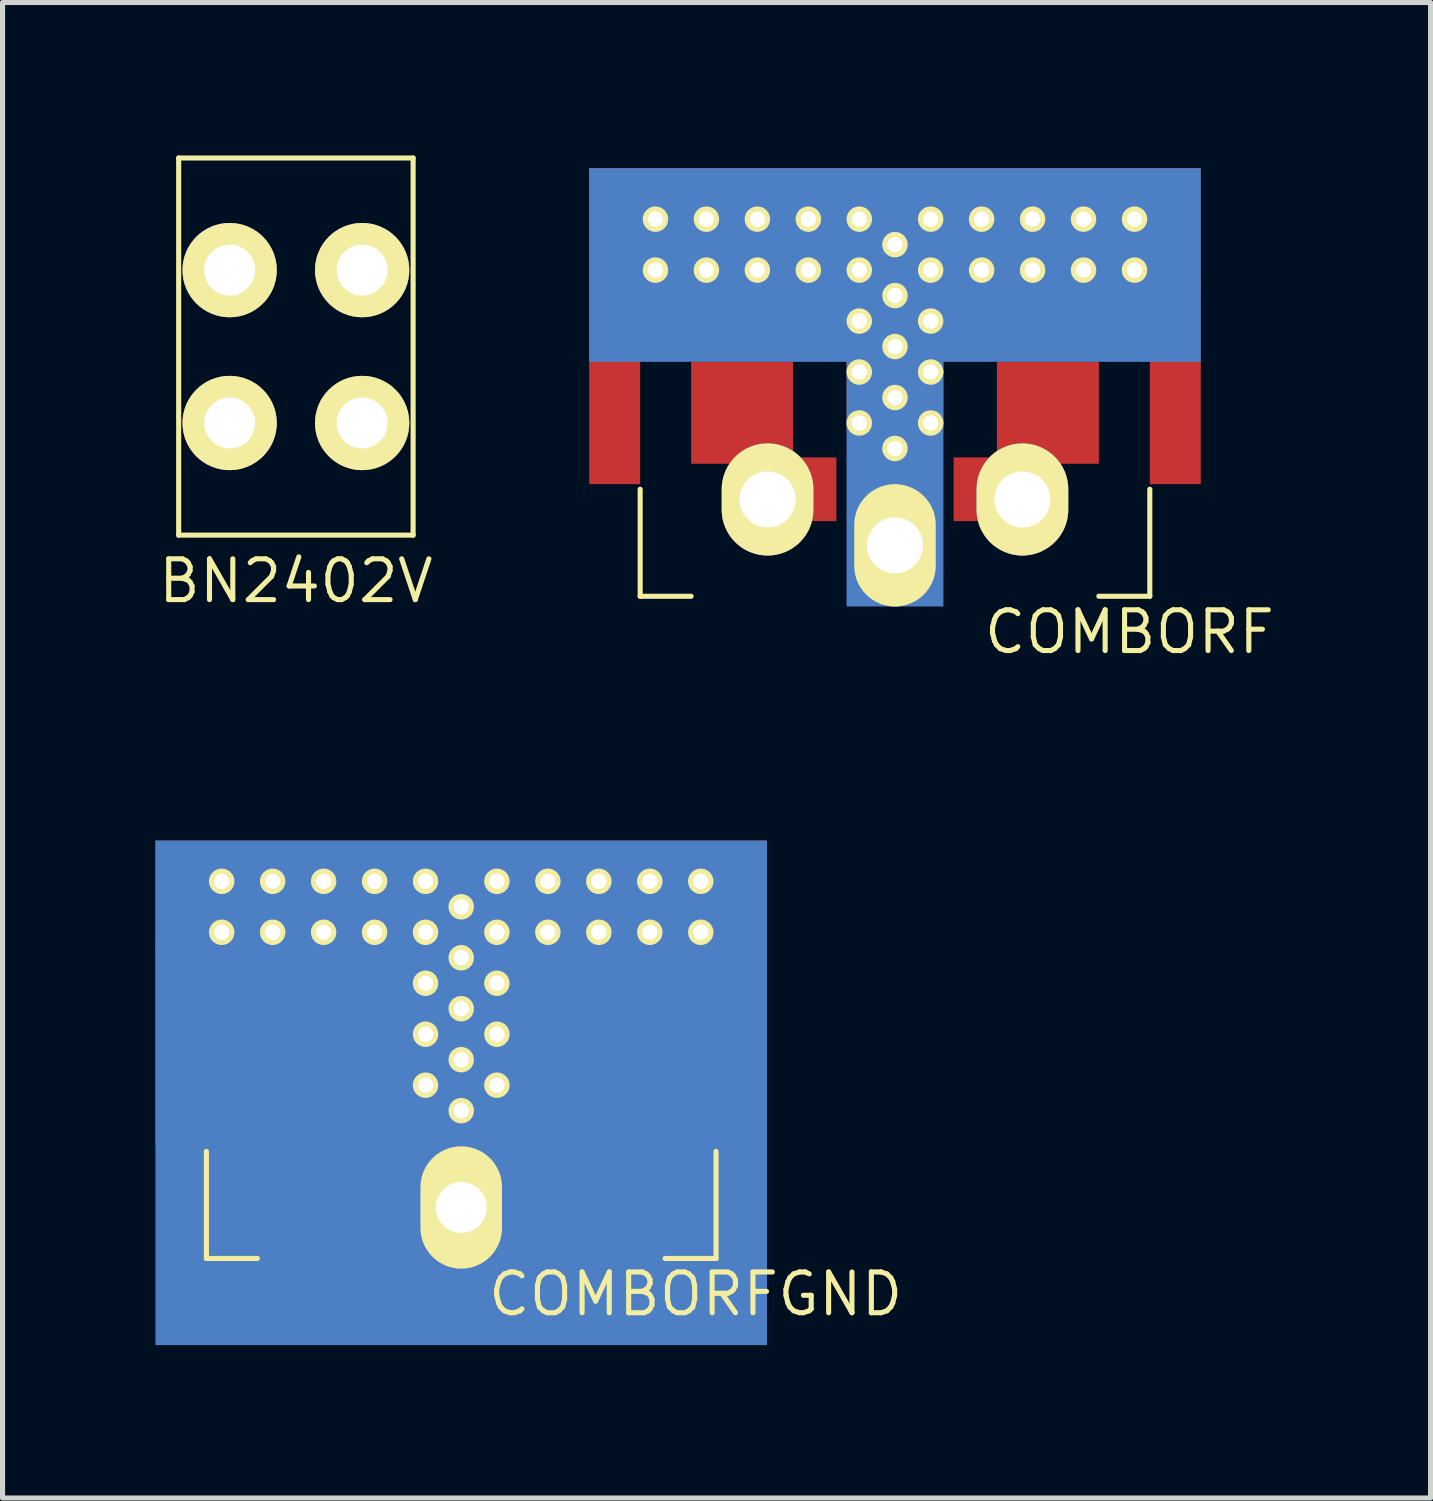
<source format=kicad_pcb>
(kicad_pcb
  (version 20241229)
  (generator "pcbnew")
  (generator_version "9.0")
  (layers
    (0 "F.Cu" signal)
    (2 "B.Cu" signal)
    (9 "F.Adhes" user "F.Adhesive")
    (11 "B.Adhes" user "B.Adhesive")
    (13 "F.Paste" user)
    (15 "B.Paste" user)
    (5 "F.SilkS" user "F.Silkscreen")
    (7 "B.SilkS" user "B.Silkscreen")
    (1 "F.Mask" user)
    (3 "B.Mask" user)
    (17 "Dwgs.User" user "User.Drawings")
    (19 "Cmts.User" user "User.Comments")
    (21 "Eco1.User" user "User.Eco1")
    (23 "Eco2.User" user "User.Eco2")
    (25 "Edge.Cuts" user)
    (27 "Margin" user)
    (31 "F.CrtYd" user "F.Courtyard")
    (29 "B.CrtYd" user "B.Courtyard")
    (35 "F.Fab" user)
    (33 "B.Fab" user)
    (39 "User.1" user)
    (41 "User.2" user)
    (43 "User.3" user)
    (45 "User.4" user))
  (footprint "BN2402V"
    (layer "F.Cu")
    (at 2.756 3.75)
    (property "Reference" "BN2402V" (at 0 4.6 0) (layer "F.SilkS") (effects (font (size 0.8 0.8) (thickness 0.1))))
    (attr through_hole)
    (fp_line (start -2.3 -3.7) (end -2.3 3.7) (stroke (width 0.1) (type solid)) (layer "F.SilkS"))
    (fp_line (start -2.3 3.7) (end 2.3 3.7) (stroke (width 0.1) (type solid)) (layer "F.SilkS"))
    (fp_line (start 2.3 -3.7) (end -2.3 -3.7) (stroke (width 0.1) (type solid)) (layer "F.SilkS"))
    (fp_line (start 2.3 3.7) (end 2.3 -3.7) (stroke (width 0.1) (type solid)) (layer "F.SilkS"))
    (pad "1" thru_hole circle (at -1.3 -1.5) (size 1.85 1.85) (drill 1) (layers "*.Cu" "*.Mask" "F.SilkS"))
    (pad "2" thru_hole circle (at -1.3 1.5) (size 1.85 1.85) (drill 1) (layers "*.Cu" "*.Mask" "F.SilkS"))
    (pad "3" thru_hole circle (at 1.3 1.5) (size 1.85 1.85) (drill 1) (layers "*.Cu" "*.Mask" "F.SilkS"))
    (pad "4" thru_hole circle (at 1.3 -1.5) (size 1.85 1.85) (drill 1) (layers "*.Cu" "*.Mask" "F.SilkS")))
  (footprint "COMBORFGND"
    (layer "F.Cu")
    (at 6 13.243)
    (property "Reference" "COMBORFGND" (at 4.6 9.1 0) (layer "F.SilkS") (effects (font (size 0.8 0.8) (thickness 0.1))))
    (attr through_hole)
    (fp_line (start -5 8.4) (end -5 6.3) (stroke (width 0.1) (type solid)) (layer "F.SilkS"))
    (fp_line (start -5 8.4) (end -4 8.4) (stroke (width 0.1) (type solid)) (layer "F.SilkS"))
    (fp_line (start 4 8.4) (end 5 8.4) (stroke (width 0.1) (type solid)) (layer "F.SilkS"))
    (fp_line (start 5 8.4) (end 5 6.3) (stroke (width 0.1) (type solid)) (layer "F.SilkS"))
    (pad "1" smd rect (at -3 6.2 180) (size 2 4.8) (layers "F.Cu" "F.Mask" "F.Paste"))
    (pad "1" smd rect (at -1.6 6.3) (size 0.9 1.25) (layers "F.Cu" "F.Mask" "F.Paste"))
    (pad "2" smd rect (at -5.5 4.2 180) (size 1 4) (layers "F.Cu" "F.Mask" "F.Paste"))
    (pad "2" thru_hole circle (at -4.7 1 180) (size 0.5 0.5) (drill 0.3) (layers "*.Cu" "*.Mask" "F.SilkS"))
    (pad "2" thru_hole circle (at -4.7 2 180) (size 0.5 0.5) (drill 0.3) (layers "*.Cu" "*.Mask" "F.SilkS"))
    (pad "2" thru_hole circle (at -3.7 1 180) (size 0.5 0.5) (drill 0.3) (layers "*.Cu" "*.Mask" "F.SilkS"))
    (pad "2" thru_hole circle (at -3.7 2 180) (size 0.5 0.5) (drill 0.3) (layers "*.Cu" "*.Mask" "F.SilkS"))
    (pad "2" thru_hole circle (at -2.7 1 180) (size 0.5 0.5) (drill 0.3) (layers "*.Cu" "*.Mask" "F.SilkS"))
    (pad "2" thru_hole circle (at -2.7 2 180) (size 0.5 0.5) (drill 0.3) (layers "*.Cu" "*.Mask" "F.SilkS"))
    (pad "2" thru_hole circle (at -1.7 1 180) (size 0.5 0.5) (drill 0.3) (layers "*.Cu" "*.Mask" "F.SilkS"))
    (pad "2" thru_hole circle (at -1.7 2 180) (size 0.5 0.5) (drill 0.3) (layers "*.Cu" "*.Mask" "F.SilkS"))
    (pad "2" thru_hole circle (at -0.7 1 180) (size 0.5 0.5) (drill 0.3) (layers "*.Cu" "*.Mask" "F.SilkS"))
    (pad "2" thru_hole circle (at -0.7 2 180) (size 0.5 0.5) (drill 0.3) (layers "*.Cu" "*.Mask" "F.SilkS"))
    (pad "2" thru_hole circle (at -0.7 3 180) (size 0.5 0.5) (drill 0.3) (layers "*.Cu" "*.Mask" "F.SilkS"))
    (pad "2" thru_hole circle (at -0.7 4 180) (size 0.5 0.5) (drill 0.3) (layers "*.Cu" "*.Mask" "F.SilkS"))
    (pad "2" thru_hole circle (at -0.7 5 180) (size 0.5 0.5) (drill 0.3) (layers "*.Cu" "*.Mask" "F.SilkS"))
    (pad "2" smd rect (at 0 1.3 180) (size 12 2.2) (layers "F.Cu" "F.Mask" "F.Paste"))
    (pad "2" thru_hole circle (at 0 1.5 180) (size 0.5 0.5) (drill 0.3) (layers "*.Cu" "*.Mask" "F.SilkS"))
    (pad "2" thru_hole circle (at 0 2.5 180) (size 0.5 0.5) (drill 0.3) (layers "*.Cu" "*.Mask" "F.SilkS"))
    (pad "2" smd rect (at 0 3) (size 1.9 4.28) (layers "F.Cu" "F.Mask" "F.Paste"))
    (pad "2" thru_hole circle (at 0 3.5 180) (size 0.5 0.5) (drill 0.3) (layers "*.Cu" "*.Mask" "F.SilkS"))
    (pad "2" thru_hole circle (at 0 4.5 180) (size 0.5 0.5) (drill 0.3) (layers "*.Cu" "*.Mask" "F.SilkS"))
    (pad "2" smd rect (at 0 5.15 180) (size 12 9.9) (layers "B.Cu" "B.Mask" "B.Paste"))
    (pad "2" smd trapezoid (at 0 5.4 180) (size 1.375 0.525) (rect_delta 0 0.525) (layers "F.Cu" "F.Mask" "F.Paste"))
    (pad "2" thru_hole circle (at 0 5.5 180) (size 0.5 0.5) (drill 0.3) (layers "*.Cu" "*.Mask" "F.SilkS"))
    (pad "2" smd rect (at 0 6.3) (size 0.7 1.4) (layers "F.Cu" "F.Mask" "F.Paste"))
    (pad "2" thru_hole oval (at 0 7.4 180) (size 1.6 2.4) (drill 1) (layers "*.Cu" "*.Mask" "F.SilkS"))
    (pad "2" thru_hole circle (at 0.7 1 180) (size 0.5 0.5) (drill 0.3) (layers "*.Cu" "*.Mask" "F.SilkS"))
    (pad "2" thru_hole circle (at 0.7 2 180) (size 0.5 0.5) (drill 0.3) (layers "*.Cu" "*.Mask" "F.SilkS"))
    (pad "2" thru_hole circle (at 0.7 3 180) (size 0.5 0.5) (drill 0.3) (layers "*.Cu" "*.Mask" "F.SilkS"))
    (pad "2" thru_hole circle (at 0.7 4 180) (size 0.5 0.5) (drill 0.3) (layers "*.Cu" "*.Mask" "F.SilkS"))
    (pad "2" thru_hole circle (at 0.7 5 180) (size 0.5 0.5) (drill 0.3) (layers "*.Cu" "*.Mask" "F.SilkS"))
    (pad "2" thru_hole circle (at 1.7 1 180) (size 0.5 0.5) (drill 0.3) (layers "*.Cu" "*.Mask" "F.SilkS"))
    (pad "2" thru_hole circle (at 1.7 2 180) (size 0.5 0.5) (drill 0.3) (layers "*.Cu" "*.Mask" "F.SilkS"))
    (pad "2" thru_hole circle (at 2.7 1 180) (size 0.5 0.5) (drill 0.3) (layers "*.Cu" "*.Mask" "F.SilkS"))
    (pad "2" thru_hole circle (at 2.7 2 180) (size 0.5 0.5) (drill 0.3) (layers "*.Cu" "*.Mask" "F.SilkS"))
    (pad "2" thru_hole circle (at 3.7 1 180) (size 0.5 0.5) (drill 0.3) (layers "*.Cu" "*.Mask" "F.SilkS"))
    (pad "2" thru_hole circle (at 3.7 2 180) (size 0.5 0.5) (drill 0.3) (layers "*.Cu" "*.Mask" "F.SilkS"))
    (pad "2" thru_hole circle (at 4.7 1 180) (size 0.5 0.5) (drill 0.3) (layers "*.Cu" "*.Mask" "F.SilkS"))
    (pad "2" thru_hole circle (at 4.7 2 180) (size 0.5 0.5) (drill 0.3) (layers "*.Cu" "*.Mask" "F.SilkS"))
    (pad "2" smd rect (at 5.5 4.2 180) (size 1 4) (layers "F.Cu" "F.Mask" "F.Paste"))
    (pad "3" smd rect (at 1.6 6.3) (size 0.9 1.25) (layers "F.Cu" "F.Mask" "F.Paste"))
    (pad "3" smd rect (at 3 6.2 180) (size 2 4.8) (layers "F.Cu" "F.Mask" "F.Paste")))
  (footprint "COMBORF"
    (layer "F.Cu")
    (at 14.511 0.25)
    (property "Reference" "COMBORF" (at 4.6 9.1 180) (layer "F.SilkS") (effects (font (size 0.8 0.8) (thickness 0.1))))
    (attr through_hole)
    (fp_line (start -5 8.4) (end -5 6.3) (stroke (width 0.1) (type solid)) (layer "F.SilkS"))
    (fp_line (start -5 8.4) (end -4 8.4) (stroke (width 0.1) (type solid)) (layer "F.SilkS"))
    (fp_line (start 4 8.4) (end 5 8.4) (stroke (width 0.1) (type solid)) (layer "F.SilkS"))
    (fp_line (start 5 8.4) (end 5 6.3) (stroke (width 0.1) (type solid)) (layer "F.SilkS"))
    (pad "1" smd rect (at -3 4.8 180) (size 2 2) (layers "F.Cu" "F.Mask" "F.Paste"))
    (pad "1" thru_hole oval (at -2.5 6.5 180) (size 1.8 2.2) (drill 1.1) (layers "*.Cu" "*.Mask" "F.SilkS"))
    (pad "1" smd rect (at -1.5 6.3) (size 0.7 1.25) (layers "F.Cu" "F.Mask" "F.Paste"))
    (pad "2" smd rect (at -5.5 4.2 180) (size 1 4) (layers "F.Cu" "F.Mask" "F.Paste"))
    (pad "2" thru_hole circle (at -4.7 1 180) (size 0.5 0.5) (drill 0.3) (layers "*.Cu" "*.Mask" "F.SilkS"))
    (pad "2" thru_hole circle (at -4.7 2 180) (size 0.5 0.5) (drill 0.3) (layers "*.Cu" "*.Mask" "F.SilkS"))
    (pad "2" thru_hole circle (at -3.7 1 180) (size 0.5 0.5) (drill 0.3) (layers "*.Cu" "*.Mask" "F.SilkS"))
    (pad "2" thru_hole circle (at -3.7 2 180) (size 0.5 0.5) (drill 0.3) (layers "*.Cu" "*.Mask" "F.SilkS"))
    (pad "2" thru_hole circle (at -2.7 1 180) (size 0.5 0.5) (drill 0.3) (layers "*.Cu" "*.Mask" "F.SilkS"))
    (pad "2" thru_hole circle (at -2.7 2 180) (size 0.5 0.5) (drill 0.3) (layers "*.Cu" "*.Mask" "F.SilkS"))
    (pad "2" thru_hole circle (at -1.7 1 180) (size 0.5 0.5) (drill 0.3) (layers "*.Cu" "*.Mask" "F.SilkS"))
    (pad "2" thru_hole circle (at -1.7 2 180) (size 0.5 0.5) (drill 0.3) (layers "*.Cu" "*.Mask" "F.SilkS"))
    (pad "2" thru_hole circle (at -0.7 1 180) (size 0.5 0.5) (drill 0.3) (layers "*.Cu" "*.Mask" "F.SilkS"))
    (pad "2" thru_hole circle (at -0.7 2 180) (size 0.5 0.5) (drill 0.3) (layers "*.Cu" "*.Mask" "F.SilkS"))
    (pad "2" thru_hole circle (at -0.7 3 180) (size 0.5 0.5) (drill 0.3) (layers "*.Cu" "*.Mask" "F.SilkS"))
    (pad "2" thru_hole circle (at -0.7 4 180) (size 0.5 0.5) (drill 0.3) (layers "*.Cu" "*.Mask" "F.SilkS"))
    (pad "2" thru_hole circle (at -0.7 5 180) (size 0.5 0.5) (drill 0.3) (layers "*.Cu" "*.Mask" "F.SilkS"))
    (pad "2" smd rect (at 0 1.2 180) (size 12 2.4) (layers "F.Cu" "F.Mask" "F.Paste"))
    (pad "2" thru_hole circle (at 0 1.5 180) (size 0.5 0.5) (drill 0.3) (layers "*.Cu" "*.Mask" "F.SilkS"))
    (pad "2" smd rect (at 0 1.9 180) (size 12 3.8) (layers "B.Cu" "B.Mask" "B.Paste"))
    (pad "2" thru_hole circle (at 0 2.5 180) (size 0.5 0.5) (drill 0.3) (layers "*.Cu" "*.Mask" "F.SilkS"))
    (pad "2" smd rect (at 0 3) (size 1.9 4.28) (layers "F.Cu" "F.Mask" "F.Paste"))
    (pad "2" thru_hole circle (at 0 3.5 180) (size 0.5 0.5) (drill 0.3) (layers "*.Cu" "*.Mask" "F.SilkS"))
    (pad "2" thru_hole circle (at 0 4.5 180) (size 0.5 0.5) (drill 0.3) (layers "*.Cu" "*.Mask" "F.SilkS"))
    (pad "2" smd trapezoid (at 0 5.4 180) (size 1.375 0.525) (rect_delta 0 0.525) (layers "F.Cu" "F.Mask" "F.Paste"))
    (pad "2" thru_hole circle (at 0 5.5 180) (size 0.5 0.5) (drill 0.3) (layers "*.Cu" "*.Mask" "F.SilkS"))
    (pad "2" smd rect (at 0 6.1 180) (size 1.9 5) (layers "B.Cu" "B.Mask" "B.Paste"))
    (pad "2" smd rect (at 0 6.3) (size 0.7 1.4) (layers "F.Cu" "F.Mask" "F.Paste"))
    (pad "2" thru_hole oval (at 0 7.4 180) (size 1.6 2.4) (drill 1.1) (layers "*.Cu" "*.Mask" "F.SilkS"))
    (pad "2" thru_hole circle (at 0.7 1 180) (size 0.5 0.5) (drill 0.3) (layers "*.Cu" "*.Mask" "F.SilkS"))
    (pad "2" thru_hole circle (at 0.7 2 180) (size 0.5 0.5) (drill 0.3) (layers "*.Cu" "*.Mask" "F.SilkS"))
    (pad "2" thru_hole circle (at 0.7 3 180) (size 0.5 0.5) (drill 0.3) (layers "*.Cu" "*.Mask" "F.SilkS"))
    (pad "2" thru_hole circle (at 0.7 4 180) (size 0.5 0.5) (drill 0.3) (layers "*.Cu" "*.Mask" "F.SilkS"))
    (pad "2" thru_hole circle (at 0.7 5 180) (size 0.5 0.5) (drill 0.3) (layers "*.Cu" "*.Mask" "F.SilkS"))
    (pad "2" thru_hole circle (at 1.7 1 180) (size 0.5 0.5) (drill 0.3) (layers "*.Cu" "*.Mask" "F.SilkS"))
    (pad "2" thru_hole circle (at 1.7 2 180) (size 0.5 0.5) (drill 0.3) (layers "*.Cu" "*.Mask" "F.SilkS"))
    (pad "2" thru_hole circle (at 2.7 1 180) (size 0.5 0.5) (drill 0.3) (layers "*.Cu" "*.Mask" "F.SilkS"))
    (pad "2" thru_hole circle (at 2.7 2 180) (size 0.5 0.5) (drill 0.3) (layers "*.Cu" "*.Mask" "F.SilkS"))
    (pad "2" thru_hole circle (at 3.7 1 180) (size 0.5 0.5) (drill 0.3) (layers "*.Cu" "*.Mask" "F.SilkS"))
    (pad "2" thru_hole circle (at 3.7 2 180) (size 0.5 0.5) (drill 0.3) (layers "*.Cu" "*.Mask" "F.SilkS"))
    (pad "2" thru_hole circle (at 4.7 1 180) (size 0.5 0.5) (drill 0.3) (layers "*.Cu" "*.Mask" "F.SilkS"))
    (pad "2" thru_hole circle (at 4.7 2 180) (size 0.5 0.5) (drill 0.3) (layers "*.Cu" "*.Mask" "F.SilkS"))
    (pad "2" smd rect (at 5.5 4.2 180) (size 1 4) (layers "F.Cu" "F.Mask" "F.Paste"))
    (pad "3" smd rect (at 1.5 6.3) (size 0.7 1.25) (layers "F.Cu" "F.Mask" "F.Paste"))
    (pad "3" thru_hole oval (at 2.5 6.5 180) (size 1.8 2.2) (drill 1.1) (layers "*.Cu" "*.Mask" "F.SilkS"))
    (pad "3" smd rect (at 3 4.8 180) (size 2 2) (layers "F.Cu" "F.Mask" "F.Paste")))
  (gr_rect
    (start -3 -3)
    (end 25.02 26.343)
    (stroke (width 0.1) (type default))
    (fill no)
    (layer "Edge.Cuts")))
</source>
